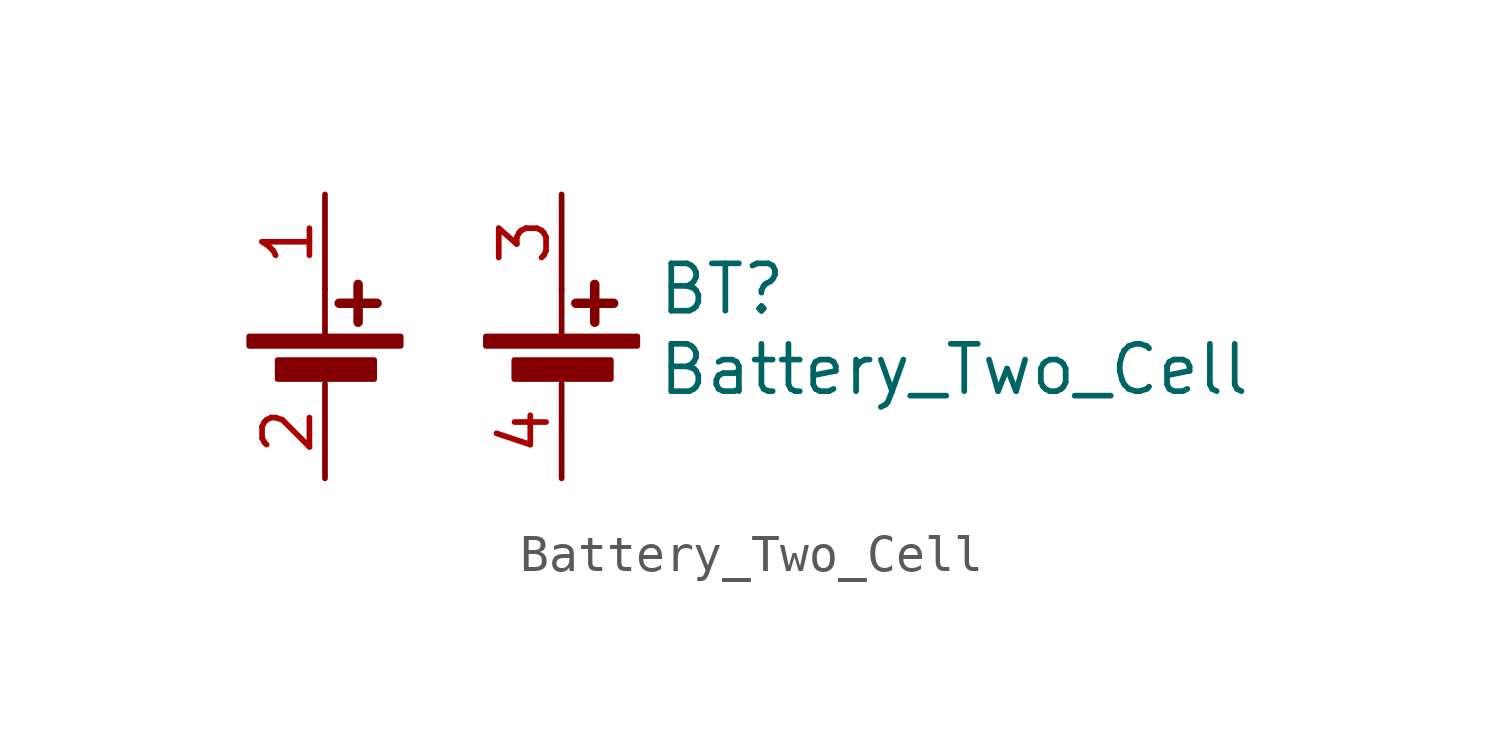
<source format=kicad_sym>
(kicad_symbol_lib
  (version 20211014)
  (generator kicad_symbol_editor)
  (symbol "Battery_Two_Cell"
    (pin_names
      (offset 0) hide)
    (property "Reference" "BT"
      (at 2.54 2.54 0)
      (effects (font (size 1.27 1.27)) (justify left)))
    (property "Value" "Battery_Two_Cell"
      (at 2.54 0.381 0)
      (effects (font (size 1.27 1.27)) (justify left)))
    (symbol "Battery_Two_Cell_0_1"
      (rectangle (start -8.382 1.27) (end -4.318 1.016) (stroke (width 0) (type default) (color 0 0 0 0)) (fill (type outline)))
      (rectangle (start -7.62 0.635) (end -5.029 0.127) (stroke (width 0) (type default) (color 0 0 0 0)) (fill (type outline)))
      (rectangle (start -2.032 1.27) (end 2.032 1.016) (stroke (width 0) (type default) (color 0 0 0 0)) (fill (type outline)))
      (rectangle (start -1.27 0.635) (end 1.321 0.127) (stroke (width 0) (type default) (color 0 0 0 0)) (fill (type outline)))
      (polyline (pts (xy -6.35 1.27) (xy -6.35 2.54)) (stroke (width 0) (type default) (color 0 0 0 0)) (fill (type none)))
      (polyline (pts (xy -5.969 2.159) (xy -4.953 2.159)) (stroke (width 0.254) (type default) (color 0 0 0 0)) (fill (type none)))
      (polyline (pts (xy -5.461 2.667) (xy -5.461 1.651)) (stroke (width 0.254) (type default) (color 0 0 0 0)) (fill (type none)))
      (polyline (pts (xy 0 1.27) (xy 0 2.54)) (stroke (width 0) (type default) (color 0 0 0 0)) (fill (type none)))
      (polyline (pts (xy 0.381 2.159) (xy 1.397 2.159)) (stroke (width 0.254) (type default) (color 0 0 0 0)) (fill (type none)))
      (polyline (pts (xy 0.889 2.667) (xy 0.889 1.651)) (stroke (width 0.254) (type default) (color 0 0 0 0)) (fill (type none))))
    (symbol "Battery_Two_Cell_1_1"
      (pin passive line (at -6.35 5.08 270) (length 2.54) (name "+" (effects (font (size 1.27 1.27)))) (number "1" (effects (font (size 1.27 1.27)))))
      (pin passive line (at -6.35 -2.54 90) (length 2.54) (name "-" (effects (font (size 1.27 1.27)))) (number "2" (effects (font (size 1.27 1.27)))))
      (pin passive line (at 0 5.08 270) (length 2.54) (name "+" (effects (font (size 1.27 1.27)))) (number "3" (effects (font (size 1.27 1.27)))))
      (pin passive line (at 0 -2.54 90) (length 2.54) (name "-" (effects (font (size 1.27 1.27)))) (number "4" (effects (font (size 1.27 1.27))))))))
</source>
